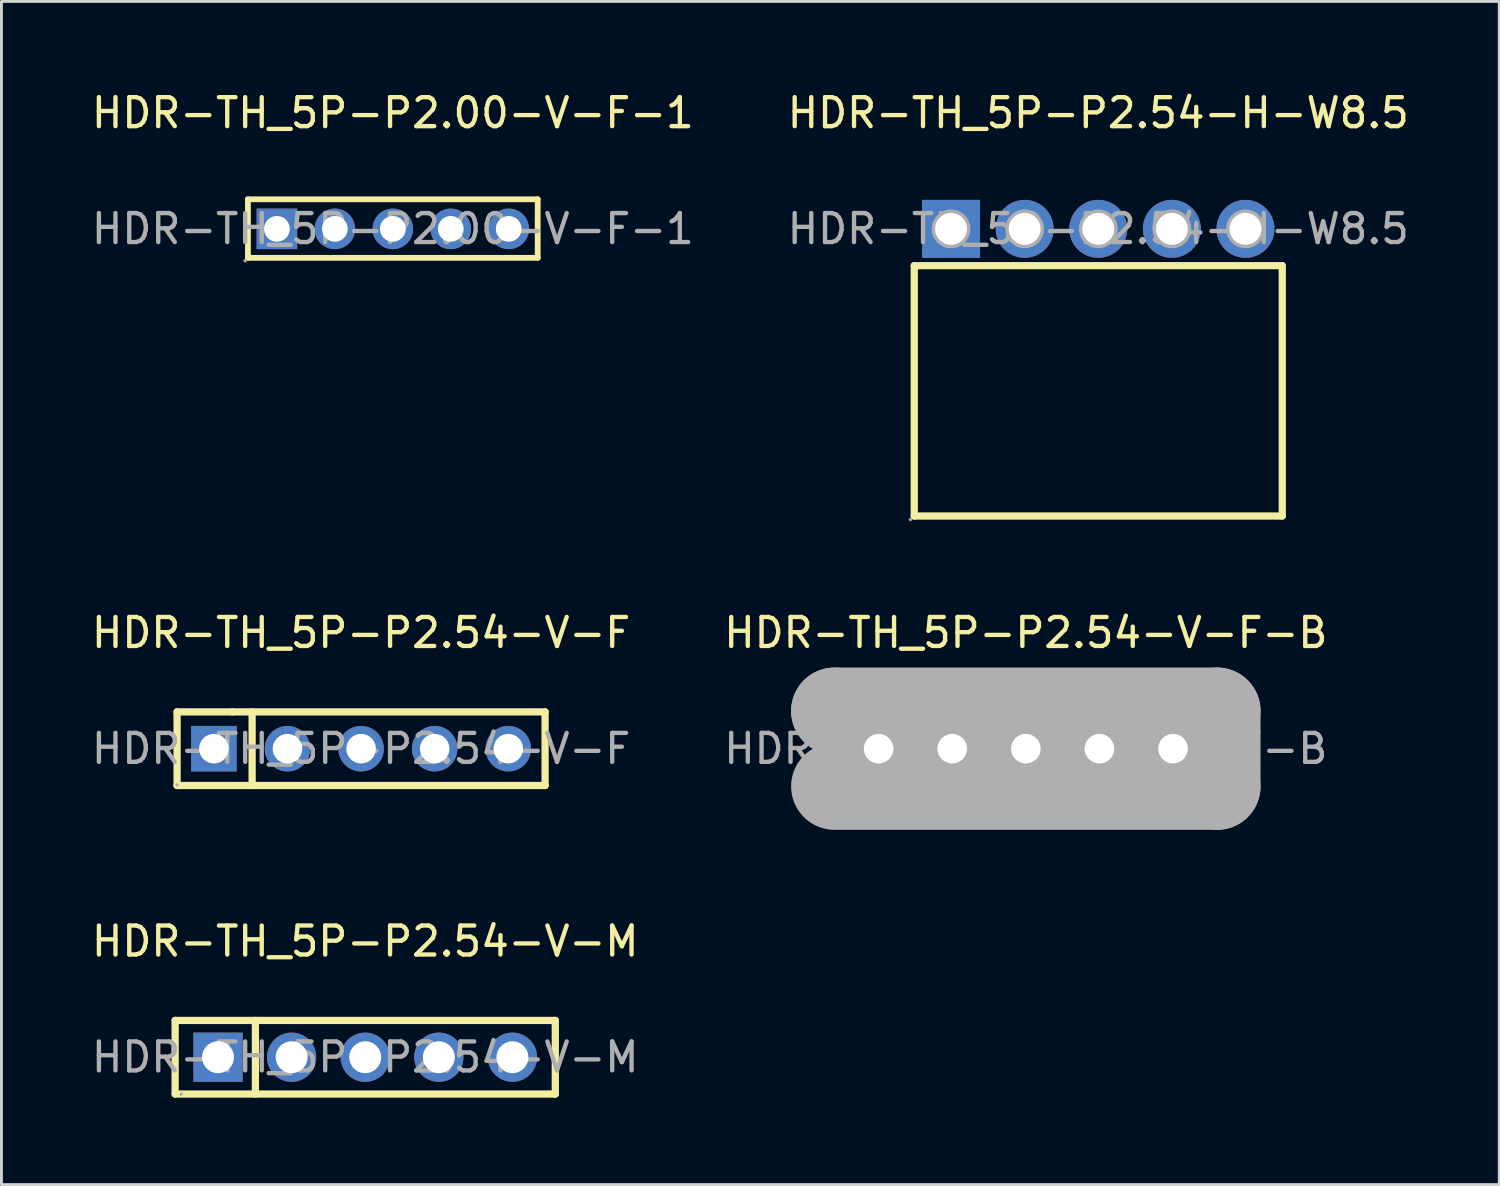
<source format=kicad_pcb>
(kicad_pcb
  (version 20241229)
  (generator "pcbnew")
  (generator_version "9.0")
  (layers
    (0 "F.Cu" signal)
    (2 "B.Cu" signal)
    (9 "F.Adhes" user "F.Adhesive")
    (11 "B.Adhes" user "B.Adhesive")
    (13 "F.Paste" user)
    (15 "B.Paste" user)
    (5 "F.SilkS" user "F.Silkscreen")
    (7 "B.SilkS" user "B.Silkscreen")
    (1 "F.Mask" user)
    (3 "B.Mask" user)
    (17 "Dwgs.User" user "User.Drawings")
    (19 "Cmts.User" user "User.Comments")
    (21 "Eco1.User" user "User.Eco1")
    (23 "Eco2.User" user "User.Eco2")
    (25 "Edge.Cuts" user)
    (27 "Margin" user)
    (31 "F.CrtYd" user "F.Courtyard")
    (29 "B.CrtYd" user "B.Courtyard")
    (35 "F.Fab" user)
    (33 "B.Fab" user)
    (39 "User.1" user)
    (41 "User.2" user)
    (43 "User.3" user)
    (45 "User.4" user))
  (footprint "HDR-TH_5P-P2.54-H-W8.5"
    (layer "F.Cu")
    (at 34.851 4.848)
    (property "Reference" "HDR-TH_5P-P2.54-H-W8.5" (at 0 -4 0) (layer "F.SilkS") (effects (font (size 1 1) (thickness 0.15))))
    (attr through_hole)
    (fp_line (start -6.35 1.27) (end 6.35 1.27) (stroke (width 0.25) (type solid)) (layer "F.SilkS"))
    (fp_line (start -6.35 9.91) (end -6.35 1.27) (stroke (width 0.25) (type solid)) (layer "F.SilkS"))
    (fp_line (start 6.35 1.27) (end 6.35 9.91) (stroke (width 0.25) (type solid)) (layer "F.SilkS"))
    (fp_line (start 6.35 9.91) (end -6.35 9.91) (stroke (width 0.25) (type solid)) (layer "F.SilkS"))
    (fp_circle (center -6.48 10.03) (end -6.45 10.03) (stroke (width 0.06) (type solid)) (fill no) (layer "F.Fab"))
    (fp_circle (center -5.08 0) (end -4.86 0) (stroke (width 0.45) (type solid)) (fill no) (layer "F.Fab"))
    (fp_circle (center -2.54 0) (end -2.32 0) (stroke (width 0.45) (type solid)) (fill no) (layer "F.Fab"))
    (fp_circle (center 0 0) (end 0.22 0) (stroke (width 0.45) (type solid)) (fill no) (layer "F.Fab"))
    (fp_circle (center 2.54 0) (end 2.76 0) (stroke (width 0.45) (type solid)) (fill no) (layer "F.Fab"))
    (fp_circle (center 5.08 0) (end 5.3 0) (stroke (width 0.45) (type solid)) (fill no) (layer "F.Fab"))
    (fp_text user "${REFERENCE}" (at 0 0 0) (layer "F.Fab") (effects (font (size 1 1) (thickness 0.15))))
    (pad "1" thru_hole rect (at -5.08 0) (size 2 2) (drill 1.1) (layers "*.Cu" "*.Paste" "*.Mask"))
    (pad "2" thru_hole circle (at -2.54 0) (size 2 2) (drill 1.1) (layers "*.Cu" "*.Paste" "*.Mask"))
    (pad "3" thru_hole circle (at 0 0) (size 2 2) (drill 1.1) (layers "*.Cu" "*.Paste" "*.Mask"))
    (pad "4" thru_hole circle (at 2.54 0) (size 2 2) (drill 1.1) (layers "*.Cu" "*.Paste" "*.Mask"))
    (pad "5" thru_hole circle (at 5.08 0) (size 2 2) (drill 1.1) (layers "*.Cu" "*.Paste" "*.Mask")))
  (footprint "HDR-TH_5P-P2.54-V-F-B"
    (layer "F.Cu")
    (at 32.351 22.787)
    (property "Reference" "HDR-TH_5P-P2.54-V-F-B" (at 0 -4 0) (layer "F.SilkS") (effects (font (size 1 1) (thickness 0.15))))
    (attr through_hole)
    (fp_line (start -3.8 -1.3) (end -3.8 1.3) (stroke (width 0.25) (type solid)) (layer "F.SilkS"))
    (fp_line (start -6.6 -1.3) (end -6.6 -1.3) (stroke (width 3) (type solid)) (layer "F.Fab"))
    (fp_line (start -6.6 -1.3) (end 6.6 -1.3) (stroke (width 3) (type solid)) (layer "F.Fab"))
    (fp_line (start 6.6 -1.3) (end 6.6 1.3) (stroke (width 3) (type solid)) (layer "F.Fab"))
    (fp_line (start 6.6 1.3) (end -6.6 1.3) (stroke (width 3) (type solid)) (layer "F.Fab"))
    (fp_circle (center -6.55 1.25) (end -6.52 1.25) (stroke (width 0.06) (type solid)) (fill no) (layer "F.Fab"))
    (fp_text user "${REFERENCE}" (at 0 0 0) (layer "F.Fab") (effects (font (size 1 1) (thickness 0.15))))
    (pad "1" thru_hole rect (at -5.08 0) (size 1.57 1.57) (drill 1.02) (layers "*.Cu" "*.Paste" "*.Mask"))
    (pad "2" thru_hole circle (at -2.54 0) (size 1.57 1.57) (drill 1.02) (layers "*.Cu" "*.Paste" "*.Mask"))
    (pad "3" thru_hole circle (at 0 0) (size 1.57 1.57) (drill 1.02) (layers "*.Cu" "*.Paste" "*.Mask"))
    (pad "4" thru_hole circle (at 2.54 0) (size 1.57 1.57) (drill 1.02) (layers "*.Cu" "*.Paste" "*.Mask"))
    (pad "5" thru_hole circle (at 5.08 0) (size 1.57 1.57) (drill 1.02) (layers "*.Cu" "*.Paste" "*.Mask")))
  (footprint "HDR-TH_5P-P2.54-V-M"
    (layer "F.Cu")
    (at 9.554 33.435)
    (property "Reference" "HDR-TH_5P-P2.54-V-M" (at 0 -4 0) (layer "F.SilkS") (effects (font (size 1 1) (thickness 0.15))))
    (attr through_hole)
    (fp_line (start -6.56 -1.27) (end -6.56 1.27) (stroke (width 0.25) (type solid)) (layer "F.SilkS"))
    (fp_line (start -6.56 -1.27) (end 6.56 -1.27) (stroke (width 0.25) (type solid)) (layer "F.SilkS"))
    (fp_line (start -6.56 1.27) (end 6.56 1.27) (stroke (width 0.25) (type solid)) (layer "F.SilkS"))
    (fp_line (start -3.79 -1.27) (end -3.79 1.27) (stroke (width 0.25) (type solid)) (layer "F.SilkS"))
    (fp_line (start 6.56 -1.27) (end 6.56 1.27) (stroke (width 0.25) (type solid)) (layer "F.SilkS"))
    (fp_circle (center -6.35 1.27) (end -6.32 1.27) (stroke (width 0.06) (type solid)) (fill no) (layer "F.Fab"))
    (fp_text user "${REFERENCE}" (at 0 0 0) (layer "F.Fab") (effects (font (size 1 1) (thickness 0.15))))
    (pad "1" thru_hole rect (at -5.08 0) (size 1.7 1.7) (drill 1.1) (layers "*.Cu" "*.Paste" "*.Mask"))
    (pad "2" thru_hole circle (at -2.54 0) (size 1.7 1.7) (drill 1.1) (layers "*.Cu" "*.Paste" "*.Mask"))
    (pad "3" thru_hole circle (at 0 0) (size 1.7 1.7) (drill 1.1) (layers "*.Cu" "*.Paste" "*.Mask"))
    (pad "4" thru_hole circle (at 2.54 0) (size 1.7 1.7) (drill 1.1) (layers "*.Cu" "*.Paste" "*.Mask"))
    (pad "5" thru_hole circle (at 5.08 0) (size 1.7 1.7) (drill 1.1) (layers "*.Cu" "*.Paste" "*.Mask")))
  (footprint "HDR-TH_5P-P2.54-V-F"
    (layer "F.Cu")
    (at 9.411 22.787)
    (property "Reference" "HDR-TH_5P-P2.54-V-F" (at 0 -4 0) (layer "F.SilkS") (effects (font (size 1 1) (thickness 0.15))))
    (attr through_hole)
    (fp_line (start -6.35 -1.27) (end -6.35 1.27) (stroke (width 0.25) (type solid)) (layer "F.SilkS"))
    (fp_line (start -6.35 1.27) (end 6.35 1.27) (stroke (width 0.25) (type solid)) (layer "F.SilkS"))
    (fp_line (start -4.44 -1.27) (end -6.35 -1.27) (stroke (width 0.25) (type solid)) (layer "F.SilkS"))
    (fp_line (start -3.76 -1.27) (end -3.76 1.27) (stroke (width 0.25) (type solid)) (layer "F.SilkS"))
    (fp_line (start 6.35 -1.27) (end -4.44 -1.27) (stroke (width 0.25) (type solid)) (layer "F.SilkS"))
    (fp_line (start 6.35 1.27) (end 6.35 -1.27) (stroke (width 0.25) (type solid)) (layer "F.SilkS"))
    (fp_circle (center -6.35 1.25) (end -6.32 1.25) (stroke (width 0.06) (type solid)) (fill no) (layer "F.Fab"))
    (fp_text user "${REFERENCE}" (at 0 0 0) (layer "F.Fab") (effects (font (size 1 1) (thickness 0.15))))
    (pad "1" thru_hole rect (at -5.08 0) (size 1.57 1.57) (drill 1.02) (layers "*.Cu" "*.Paste" "*.Mask"))
    (pad "2" thru_hole circle (at -2.54 0) (size 1.57 1.57) (drill 1.02) (layers "*.Cu" "*.Paste" "*.Mask"))
    (pad "3" thru_hole circle (at 0 0) (size 1.57 1.57) (drill 1.02) (layers "*.Cu" "*.Paste" "*.Mask"))
    (pad "4" thru_hole circle (at 2.54 0) (size 1.57 1.57) (drill 1.02) (layers "*.Cu" "*.Paste" "*.Mask"))
    (pad "5" thru_hole circle (at 5.08 0) (size 1.57 1.57) (drill 1.02) (layers "*.Cu" "*.Paste" "*.Mask")))
  (footprint "HDR-TH_5P-P2.00-V-F-1"
    (layer "F.Cu")
    (at 10.506 4.848)
    (property "Reference" "HDR-TH_5P-P2.00-V-F-1" (at 0 -4 0) (layer "F.SilkS") (effects (font (size 1 1) (thickness 0.15))))
    (attr through_hole)
    (fp_line (start -5 -1.02) (end -5 1) (stroke (width 0.2) (type solid)) (layer "F.SilkS"))
    (fp_line (start -5 1) (end 5 1) (stroke (width 0.2) (type solid)) (layer "F.SilkS"))
    (fp_line (start 5 -1.02) (end -5 -1.02) (stroke (width 0.2) (type solid)) (layer "F.SilkS"))
    (fp_line (start 5 1) (end 5 -1.02) (stroke (width 0.2) (type solid)) (layer "F.SilkS"))
    (fp_circle (center -5.1 1.1) (end -5.07 1.1) (stroke (width 0.06) (type solid)) (fill no) (layer "F.Fab"))
    (fp_circle (center -4 0) (end -3.83 0) (stroke (width 0.34) (type solid)) (fill no) (layer "F.Fab"))
    (fp_circle (center -2 0) (end -1.83 0) (stroke (width 0.34) (type solid)) (fill no) (layer "F.Fab"))
    (fp_circle (center 0 0) (end 0.17 0) (stroke (width 0.34) (type solid)) (fill no) (layer "F.Fab"))
    (fp_circle (center 2 0) (end 2.17 0) (stroke (width 0.34) (type solid)) (fill no) (layer "F.Fab"))
    (fp_circle (center 4 0) (end 4.17 0) (stroke (width 0.34) (type solid)) (fill no) (layer "F.Fab"))
    (fp_text user "${REFERENCE}" (at 0 0 0) (layer "F.Fab") (effects (font (size 1 1) (thickness 0.15))))
    (pad "1" thru_hole rect (at -4 0) (size 1.4 1.4) (drill 0.889) (layers "*.Cu" "*.Paste" "*.Mask"))
    (pad "2" thru_hole circle (at -2 0) (size 1.4 1.4) (drill 0.889) (layers "*.Cu" "*.Paste" "*.Mask"))
    (pad "3" thru_hole circle (at 0 0) (size 1.4 1.4) (drill 0.889) (layers "*.Cu" "*.Paste" "*.Mask"))
    (pad "4" thru_hole circle (at 2 0) (size 1.4 1.4) (drill 0.889) (layers "*.Cu" "*.Paste" "*.Mask"))
    (pad "5" thru_hole circle (at 4 0) (size 1.4 1.4) (drill 0.889) (layers "*.Cu" "*.Paste" "*.Mask")))
  (gr_rect
    (start -3 -3)
    (end 48.69 37.83)
    (stroke (width 0.1) (type default))
    (fill no)
    (layer "Edge.Cuts")))
</source>
